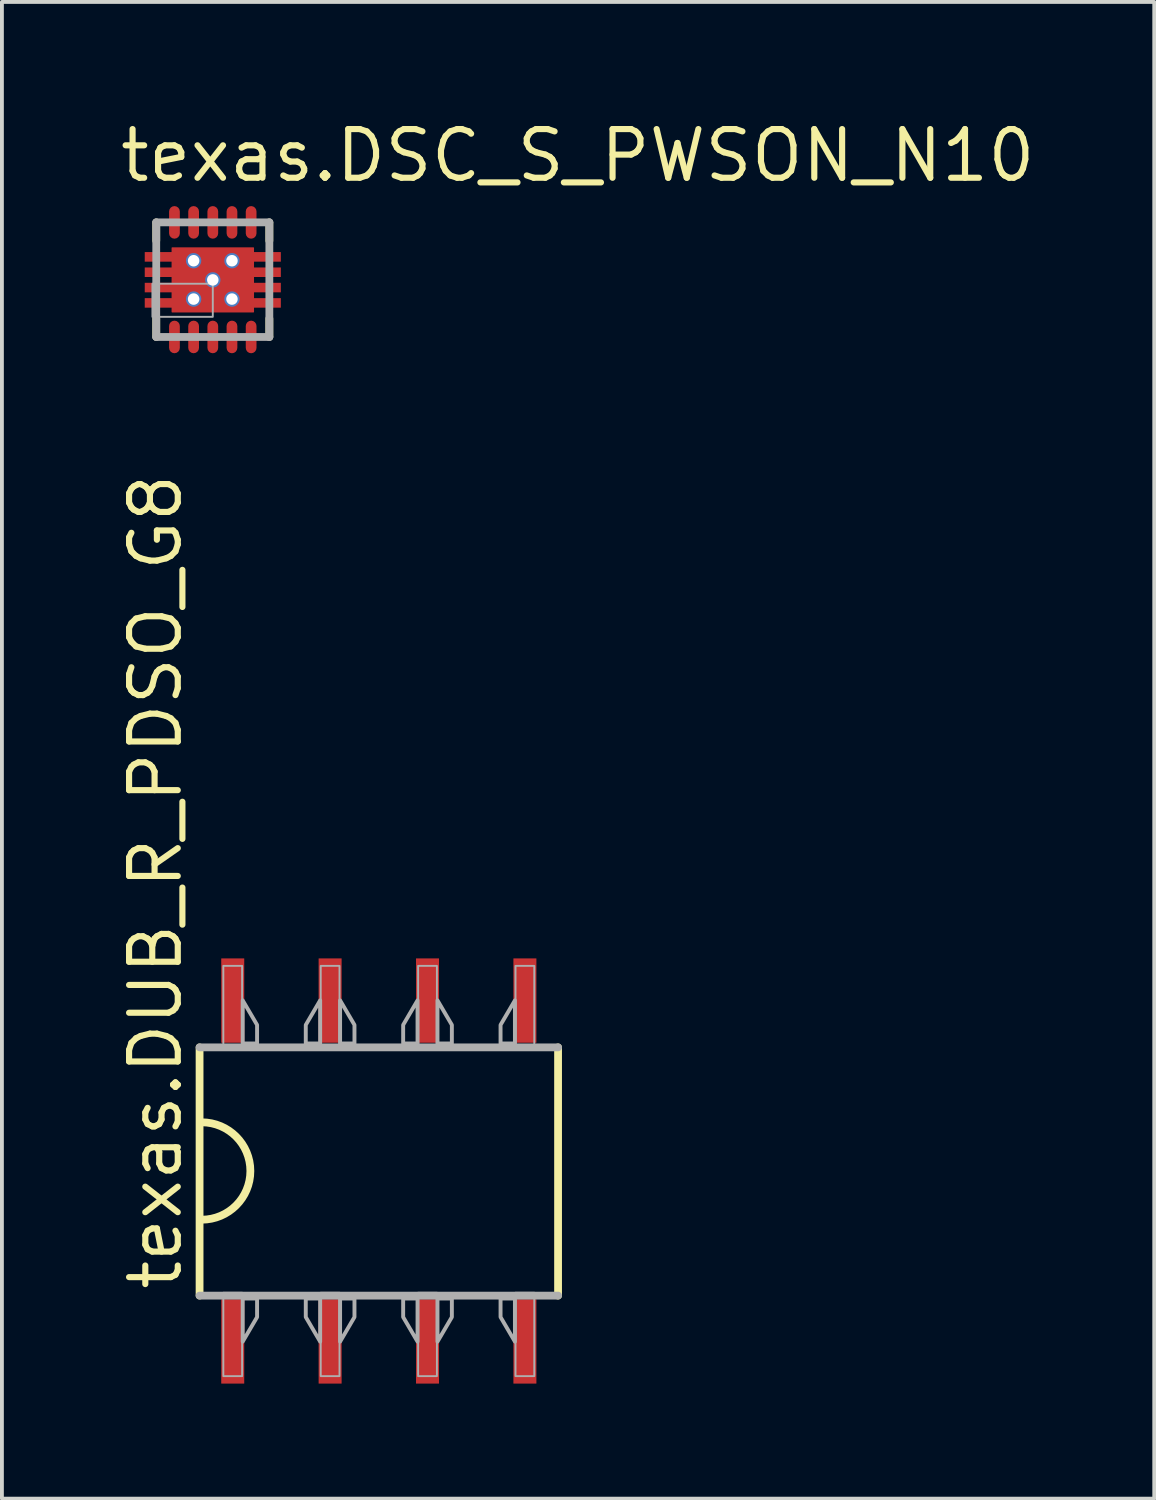
<source format=kicad_pcb>
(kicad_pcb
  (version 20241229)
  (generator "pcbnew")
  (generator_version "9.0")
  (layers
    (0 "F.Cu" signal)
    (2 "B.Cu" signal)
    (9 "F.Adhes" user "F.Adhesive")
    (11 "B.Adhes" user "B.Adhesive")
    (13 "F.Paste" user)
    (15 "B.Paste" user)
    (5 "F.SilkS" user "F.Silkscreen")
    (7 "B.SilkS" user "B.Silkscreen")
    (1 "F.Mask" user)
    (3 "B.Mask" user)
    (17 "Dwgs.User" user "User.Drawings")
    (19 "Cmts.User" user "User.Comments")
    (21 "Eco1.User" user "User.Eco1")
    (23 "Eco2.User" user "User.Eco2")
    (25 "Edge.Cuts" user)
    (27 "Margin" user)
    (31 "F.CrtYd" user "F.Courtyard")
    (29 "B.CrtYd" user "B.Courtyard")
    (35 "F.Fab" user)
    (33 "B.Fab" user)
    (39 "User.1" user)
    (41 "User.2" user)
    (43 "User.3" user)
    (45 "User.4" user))
  (footprint "texas.DSC_S_PWSON_N10"
    (layer "F.Cu")
    (at 2.5 4.25)
    (property "Reference" "texas.DSC_S_PWSON_N10" (at -2.5 -2.5 0) (layer "F.SilkS") (effects (font (size 1.27 1.27) (thickness 0.16)) (justify left bottom)))
    (attr smd)
    (fp_rect (start -1.8 -0.45) (end -1.05 -0.75) (stroke (width 0.05) (type default)) (fill yes) (layer "F.Mask"))
    (fp_rect (start -1.8 -0.04) (end -1.05 -0.365) (stroke (width 0.05) (type default)) (fill yes) (layer "F.Mask"))
    (fp_rect (start -1.8 0.365) (end -1.05 0.04) (stroke (width 0.05) (type default)) (fill yes) (layer "F.Mask"))
    (fp_rect (start -1.8 0.75) (end -1.05 0.45) (stroke (width 0.05) (type default)) (fill yes) (layer "F.Mask"))
    (fp_rect (start -1.2 0.9) (end 1.225 -0.9) (stroke (width 0.05) (type default)) (fill yes) (layer "F.Mask"))
    (fp_rect (start -1.175 -1.19) (end -0.825 -1.95) (stroke (width 0.05) (type default)) (fill yes) (layer "F.Mask"))
    (fp_rect (start -1.175 1.938) (end -0.825 1.177) (stroke (width 0.05) (type default)) (fill yes) (layer "F.Mask"))
    (fp_rect (start -0.675 -1.19) (end -0.325 -1.95) (stroke (width 0.05) (type default)) (fill yes) (layer "F.Mask"))
    (fp_rect (start -0.675 1.938) (end -0.325 1.177) (stroke (width 0.05) (type default)) (fill yes) (layer "F.Mask"))
    (fp_rect (start -0.175 -1.19) (end 0.175 -1.95) (stroke (width 0.05) (type default)) (fill yes) (layer "F.Mask"))
    (fp_rect (start -0.175 1.938) (end 0.175 1.177) (stroke (width 0.05) (type default)) (fill yes) (layer "F.Mask"))
    (fp_rect (start 0.325 -1.19) (end 0.675 -1.95) (stroke (width 0.05) (type default)) (fill yes) (layer "F.Mask"))
    (fp_rect (start 0.325 1.938) (end 0.675 1.177) (stroke (width 0.05) (type default)) (fill yes) (layer "F.Mask"))
    (fp_rect (start 0.825 -1.19) (end 1.175 -1.95) (stroke (width 0.05) (type default)) (fill yes) (layer "F.Mask"))
    (fp_rect (start 0.825 1.938) (end 1.175 1.177) (stroke (width 0.05) (type default)) (fill yes) (layer "F.Mask"))
    (fp_rect (start 1.05 -0.45) (end 1.8 -0.75) (stroke (width 0.05) (type default)) (fill yes) (layer "F.Mask"))
    (fp_rect (start 1.05 -0.04) (end 1.8 -0.365) (stroke (width 0.05) (type default)) (fill yes) (layer "F.Mask"))
    (fp_rect (start 1.05 0.365) (end 1.8 0.04) (stroke (width 0.05) (type default)) (fill yes) (layer "F.Mask"))
    (fp_rect (start 1.05 0.75) (end 1.8 0.45) (stroke (width 0.05) (type default)) (fill yes) (layer "F.Mask"))
    (fp_circle (center -1 -1.19) (end -0.825 -1.19) (stroke (width 0.1) (type default)) (fill no) (layer "F.Mask"))
    (fp_circle (center -1 1.177) (end -0.825 1.177) (stroke (width 0.1) (type default)) (fill no) (layer "F.Mask"))
    (fp_circle (center -0.5 -1.19) (end -0.325 -1.19) (stroke (width 0.1) (type default)) (fill no) (layer "F.Mask"))
    (fp_circle (center -0.5 1.177) (end -0.325 1.177) (stroke (width 0.1) (type default)) (fill no) (layer "F.Mask"))
    (fp_circle (center 0 -1.19) (end 0.175 -1.19) (stroke (width 0.1) (type default)) (fill no) (layer "F.Mask"))
    (fp_circle (center 0 1.177) (end 0.175 1.177) (stroke (width 0.1) (type default)) (fill no) (layer "F.Mask"))
    (fp_circle (center 0.5 -1.19) (end 0.675 -1.19) (stroke (width 0.1) (type default)) (fill no) (layer "F.Mask"))
    (fp_circle (center 0.5 1.177) (end 0.675 1.177) (stroke (width 0.1) (type default)) (fill no) (layer "F.Mask"))
    (fp_circle (center 1 -1.19) (end 1.175 -1.19) (stroke (width 0.1) (type default)) (fill no) (layer "F.Mask"))
    (fp_circle (center 1 1.177) (end 1.175 1.177) (stroke (width 0.1) (type default)) (fill no) (layer "F.Mask"))
    (fp_line (start -1.475 -1.022) (end -1.475 -1.5) (stroke (width 0.203) (type default)) (layer "F.SilkS"))
    (fp_line (start -1.475 1.488) (end -1.475 1.01) (stroke (width 0.203) (type default)) (layer "F.SilkS"))
    (fp_line (start 1.475 -1.5) (end 1.475 -1.022) (stroke (width 0.203) (type default)) (layer "F.SilkS"))
    (fp_line (start 1.475 1.01) (end 1.475 1.488) (stroke (width 0.203) (type default)) (layer "F.SilkS"))
    (fp_rect (start -1.775 -0.475) (end -1.2 -0.725) (stroke (width 0.05) (type default)) (fill yes) (layer "F.Paste"))
    (fp_rect (start -1.775 -0.09) (end -1.2 -0.315) (stroke (width 0.05) (type default)) (fill yes) (layer "F.Paste"))
    (fp_rect (start -1.775 0.315) (end -1.2 0.09) (stroke (width 0.05) (type default)) (fill yes) (layer "F.Paste"))
    (fp_rect (start -1.775 0.725) (end -1.2 0.475) (stroke (width 0.05) (type default)) (fill yes) (layer "F.Paste"))
    (fp_rect (start -1.115 -1.19) (end -0.885 -1.875) (stroke (width 0.05) (type default)) (fill yes) (layer "F.Paste"))
    (fp_rect (start -1.115 1.863) (end -0.885 1.177) (stroke (width 0.05) (type default)) (fill yes) (layer "F.Paste"))
    (fp_rect (start -1 -0.1) (end -0.1 -0.775) (stroke (width 0.05) (type default)) (fill yes) (layer "F.Paste"))
    (fp_rect (start -1 0.775) (end -0.1 0.1) (stroke (width 0.05) (type default)) (fill yes) (layer "F.Paste"))
    (fp_rect (start -0.615 -1.19) (end -0.385 -1.875) (stroke (width 0.05) (type default)) (fill yes) (layer "F.Paste"))
    (fp_rect (start -0.615 1.863) (end -0.385 1.177) (stroke (width 0.05) (type default)) (fill yes) (layer "F.Paste"))
    (fp_rect (start -0.115 -1.19) (end 0.115 -1.875) (stroke (width 0.05) (type default)) (fill yes) (layer "F.Paste"))
    (fp_rect (start -0.115 1.863) (end 0.115 1.177) (stroke (width 0.05) (type default)) (fill yes) (layer "F.Paste"))
    (fp_rect (start 0.1 -0.1) (end 1 -0.775) (stroke (width 0.05) (type default)) (fill yes) (layer "F.Paste"))
    (fp_rect (start 0.1 0.775) (end 1 0.1) (stroke (width 0.05) (type default)) (fill yes) (layer "F.Paste"))
    (fp_rect (start 0.385 -1.19) (end 0.615 -1.875) (stroke (width 0.05) (type default)) (fill yes) (layer "F.Paste"))
    (fp_rect (start 0.385 1.863) (end 0.615 1.177) (stroke (width 0.05) (type default)) (fill yes) (layer "F.Paste"))
    (fp_rect (start 0.885 -1.19) (end 1.115 -1.875) (stroke (width 0.05) (type default)) (fill yes) (layer "F.Paste"))
    (fp_rect (start 0.885 1.863) (end 1.115 1.177) (stroke (width 0.05) (type default)) (fill yes) (layer "F.Paste"))
    (fp_rect (start 1.2 -0.475) (end 1.775 -0.725) (stroke (width 0.05) (type default)) (fill yes) (layer "F.Paste"))
    (fp_rect (start 1.2 -0.09) (end 1.775 -0.315) (stroke (width 0.05) (type default)) (fill yes) (layer "F.Paste"))
    (fp_rect (start 1.2 0.315) (end 1.775 0.09) (stroke (width 0.05) (type default)) (fill yes) (layer "F.Paste"))
    (fp_rect (start 1.2 0.725) (end 1.775 0.475) (stroke (width 0.05) (type default)) (fill yes) (layer "F.Paste"))
    (fp_circle (center -1 -1.19) (end -0.885 -1.19) (stroke (width 0.1) (type default)) (fill no) (layer "F.Paste"))
    (fp_circle (center -1 1.177) (end -0.885 1.177) (stroke (width 0.1) (type default)) (fill no) (layer "F.Paste"))
    (fp_circle (center -0.5 -1.19) (end -0.385 -1.19) (stroke (width 0.1) (type default)) (fill no) (layer "F.Paste"))
    (fp_circle (center -0.5 1.177) (end -0.385 1.177) (stroke (width 0.1) (type default)) (fill no) (layer "F.Paste"))
    (fp_circle (center 0 -1.19) (end 0.115 -1.19) (stroke (width 0.1) (type default)) (fill no) (layer "F.Paste"))
    (fp_circle (center 0 1.177) (end 0.115 1.177) (stroke (width 0.1) (type default)) (fill no) (layer "F.Paste"))
    (fp_circle (center 0.5 -1.19) (end 0.615 -1.19) (stroke (width 0.1) (type default)) (fill no) (layer "F.Paste"))
    (fp_circle (center 0.5 1.177) (end 0.615 1.177) (stroke (width 0.1) (type default)) (fill no) (layer "F.Paste"))
    (fp_circle (center 1 -1.19) (end 1.115 -1.19) (stroke (width 0.1) (type default)) (fill no) (layer "F.Paste"))
    (fp_circle (center 1 1.177) (end 1.115 1.177) (stroke (width 0.1) (type default)) (fill no) (layer "F.Paste"))
    (fp_line (start -1.475 -1.5) (end 1.475 -1.5) (stroke (width 0.203) (type default)) (layer "F.Fab"))
    (fp_line (start -1.475 1.488) (end -1.475 -1.5) (stroke (width 0.203) (type default)) (layer "F.Fab"))
    (fp_line (start 1.475 -1.5) (end 1.475 1.488) (stroke (width 0.203) (type default)) (layer "F.Fab"))
    (fp_line (start 1.475 1.488) (end -1.475 1.488) (stroke (width 0.203) (type default)) (layer "F.Fab"))
    (fp_rect (start -1.575 0.963) (end 0 0.1) (stroke (width 0.05) (type default)) (fill no) (layer "F.Fab"))
    (pad "1" smd roundrect (at -1 1.488 90) (size 0.85 0.28) (layers "F.Cu" "F.Mask" "F.Paste") (roundrect_rratio 0.5))
    (pad "2" smd roundrect (at -0.5 1.488 90) (size 0.85 0.28) (layers "F.Cu" "F.Mask" "F.Paste") (roundrect_rratio 0.5))
    (pad "3" smd roundrect (at 0 1.488 90) (size 0.85 0.28) (layers "F.Cu" "F.Mask" "F.Paste") (roundrect_rratio 0.5))
    (pad "4" smd roundrect (at 0.5 1.488 90) (size 0.85 0.28) (layers "F.Cu" "F.Mask" "F.Paste") (roundrect_rratio 0.5))
    (pad "5" smd roundrect (at 1 1.488 90) (size 0.85 0.28) (layers "F.Cu" "F.Mask" "F.Paste") (roundrect_rratio 0.5))
    (pad "6" smd roundrect (at 1 -1.5 270) (size 0.85 0.28) (layers "F.Cu" "F.Mask" "F.Paste") (roundrect_rratio 0.5))
    (pad "7" smd roundrect (at 0.5 -1.5 270) (size 0.85 0.28) (layers "F.Cu" "F.Mask" "F.Paste") (roundrect_rratio 0.5))
    (pad "8" smd roundrect (at 0 -1.5 270) (size 0.85 0.28) (layers "F.Cu" "F.Mask" "F.Paste") (roundrect_rratio 0.5))
    (pad "9" smd roundrect (at -0.5 -1.5 270) (size 0.85 0.28) (layers "F.Cu" "F.Mask" "F.Paste") (roundrect_rratio 0.5))
    (pad "10" smd roundrect (at -1 -1.5 270) (size 0.85 0.28) (layers "F.Cu" "F.Mask" "F.Paste") (roundrect_rratio 0.5))
    (pad "PP" smd roundrect (at 0 0) (size 2.15 1.7) (layers "F.Cu" "F.Mask" "F.Paste") (roundrect_rratio 0.01))
    (pad "PP@1" smd roundrect (at 0 -0.6) (size 3.55 0.25) (layers "F.Cu" "F.Mask" "F.Paste") (roundrect_rratio 0.01))
    (pad "PP@2" smd roundrect (at 0 -0.2) (size 3.55 0.25) (layers "F.Cu" "F.Mask" "F.Paste") (roundrect_rratio 0.01))
    (pad "PP@3" smd roundrect (at 0 0.2) (size 3.55 0.25) (layers "F.Cu" "F.Mask" "F.Paste") (roundrect_rratio 0.01))
    (pad "PP@4" smd roundrect (at 0 0.6) (size 3.55 0.25) (layers "F.Cu" "F.Mask" "F.Paste") (roundrect_rratio 0.01))
    (pad "PP@5" thru_hole circle (at -0.5 -0.5) (size 0.4 0.4) (drill 0.3) (layers "*.Cu" "*.Mask"))
    (pad "PP@7" thru_hole circle (at 0 0) (size 0.4 0.4) (drill 0.3) (layers "*.Cu" "*.Mask"))
    (pad "PP@8" thru_hole circle (at 0.5 -0.5) (size 0.4 0.4) (drill 0.3) (layers "*.Cu" "*.Mask"))
    (pad "PP@9" thru_hole circle (at -0.5 0.5) (size 0.4 0.4) (drill 0.3) (layers "*.Cu" "*.Mask"))
    (pad "PP@10" thru_hole circle (at 0.5 0.5) (size 0.4 0.4) (drill 0.3) (layers "*.Cu" "*.Mask")))
  (footprint "texas.DUB_R_PDSO_G8"
    (layer "F.Cu")
    (at 6.83 27.491)
    (property "Reference" "texas.DUB_R_PDSO_G8" (at -5.08 3.175 90) (layer "F.SilkS") (effects (font (size 1.27 1.27) (thickness 0.16)) (justify left bottom)))
    (attr smd)
    (fp_line (start -4.675 3.25) (end -4.675 -3.225) (stroke (width 0.203) (type default)) (layer "F.SilkS"))
    (fp_line (start 4.675 -3.225) (end 4.675 3.25) (stroke (width 0.203) (type default)) (layer "F.SilkS"))
    (fp_arc (start -4.62 -1.27) (mid -3.35 0) (end -4.62 1.27) (stroke (width 0.2032) (type default)) (layer "F.SilkS"))
    (fp_line (start -4.675 -3.225) (end 4.675 -3.225) (stroke (width 0.203) (type default)) (layer "F.Fab"))
    (fp_line (start 4.675 3.25) (end -4.675 3.25) (stroke (width 0.203) (type default)) (layer "F.Fab"))
    (fp_rect (start -4.055 -3.175) (end -3.565 -5.35) (stroke (width 0.05) (type default)) (fill no) (layer "F.Fab"))
    (fp_rect (start -4.055 5.35) (end -3.565 3.175) (stroke (width 0.05) (type default)) (fill no) (layer "F.Fab"))
    (fp_rect (start -1.515 -3.175) (end -1.025 -5.35) (stroke (width 0.05) (type default)) (fill no) (layer "F.Fab"))
    (fp_rect (start -1.515 5.35) (end -1.025 3.175) (stroke (width 0.05) (type default)) (fill no) (layer "F.Fab"))
    (fp_rect (start 1.025 -3.175) (end 1.515 -5.35) (stroke (width 0.05) (type default)) (fill no) (layer "F.Fab"))
    (fp_rect (start 1.025 5.35) (end 1.515 3.175) (stroke (width 0.05) (type default)) (fill no) (layer "F.Fab"))
    (fp_rect (start 3.565 -3.175) (end 4.055 -5.35) (stroke (width 0.05) (type default)) (fill no) (layer "F.Fab"))
    (fp_rect (start 3.565 5.35) (end 4.055 3.175) (stroke (width 0.05) (type default)) (fill no) (layer "F.Fab"))
    (fp_poly (pts (xy -3.55 -3.325) (xy -3.175 -3.325) (xy -3.175 -3.81) (xy -3.55 -4.45)) (stroke (width 0.102) (type default)) (fill no) (layer "F.Fab"))
    (fp_poly (pts (xy -3.55 3.325) (xy -3.175 3.325) (xy -3.175 3.81) (xy -3.55 4.45)) (stroke (width 0.102) (type default)) (fill no) (layer "F.Fab"))
    (fp_poly (pts (xy -1.53 -3.325) (xy -1.905 -3.325) (xy -1.905 -3.81) (xy -1.53 -4.45)) (stroke (width 0.102) (type default)) (fill no) (layer "F.Fab"))
    (fp_poly (pts (xy -1.53 3.325) (xy -1.905 3.325) (xy -1.905 3.81) (xy -1.53 4.45)) (stroke (width 0.102) (type default)) (fill no) (layer "F.Fab"))
    (fp_poly (pts (xy -1.01 -3.325) (xy -0.635 -3.325) (xy -0.635 -3.81) (xy -1.01 -4.45)) (stroke (width 0.102) (type default)) (fill no) (layer "F.Fab"))
    (fp_poly (pts (xy -1.01 3.325) (xy -0.635 3.325) (xy -0.635 3.81) (xy -1.01 4.45)) (stroke (width 0.102) (type default)) (fill no) (layer "F.Fab"))
    (fp_poly (pts (xy 1.01 -3.325) (xy 0.635 -3.325) (xy 0.635 -3.81) (xy 1.01 -4.45)) (stroke (width 0.102) (type default)) (fill no) (layer "F.Fab"))
    (fp_poly (pts (xy 1.01 3.325) (xy 0.635 3.325) (xy 0.635 3.81) (xy 1.01 4.45)) (stroke (width 0.102) (type default)) (fill no) (layer "F.Fab"))
    (fp_poly (pts (xy 1.53 -3.325) (xy 1.905 -3.325) (xy 1.905 -3.81) (xy 1.53 -4.45)) (stroke (width 0.102) (type default)) (fill no) (layer "F.Fab"))
    (fp_poly (pts (xy 1.53 3.325) (xy 1.905 3.325) (xy 1.905 3.81) (xy 1.53 4.45)) (stroke (width 0.102) (type default)) (fill no) (layer "F.Fab"))
    (fp_poly (pts (xy 3.55 -3.325) (xy 3.175 -3.325) (xy 3.175 -3.81) (xy 3.55 -4.45)) (stroke (width 0.102) (type default)) (fill no) (layer "F.Fab"))
    (fp_poly (pts (xy 3.55 3.325) (xy 3.175 3.325) (xy 3.175 3.81) (xy 3.55 4.45)) (stroke (width 0.102) (type default)) (fill no) (layer "F.Fab"))
    (pad "1" smd roundrect (at -3.81 4.445) (size 0.6 2.2) (layers "F.Cu" "F.Mask" "F.Paste") (roundrect_rratio 0.01))
    (pad "2" smd roundrect (at -1.27 4.445) (size 0.6 2.2) (layers "F.Cu" "F.Mask" "F.Paste") (roundrect_rratio 0.01))
    (pad "3" smd roundrect (at 1.27 4.445) (size 0.6 2.2) (layers "F.Cu" "F.Mask" "F.Paste") (roundrect_rratio 0.01))
    (pad "4" smd roundrect (at 3.81 4.445) (size 0.6 2.2) (layers "F.Cu" "F.Mask" "F.Paste") (roundrect_rratio 0.01))
    (pad "5" smd roundrect (at 3.81 -4.445) (size 0.6 2.2) (layers "F.Cu" "F.Mask" "F.Paste") (roundrect_rratio 0.01))
    (pad "6" smd roundrect (at 1.27 -4.445) (size 0.6 2.2) (layers "F.Cu" "F.Mask" "F.Paste") (roundrect_rratio 0.01))
    (pad "7" smd roundrect (at -1.27 -4.445) (size 0.6 2.2) (layers "F.Cu" "F.Mask" "F.Paste") (roundrect_rratio 0.01))
    (pad "8" smd roundrect (at -3.81 -4.445) (size 0.6 2.2) (layers "F.Cu" "F.Mask" "F.Paste") (roundrect_rratio 0.01)))
  (gr_rect
    (start -3 -3)
    (end 27.054 36.036)
    (stroke (width 0.1) (type default))
    (fill no)
    (layer "Edge.Cuts")))
</source>
